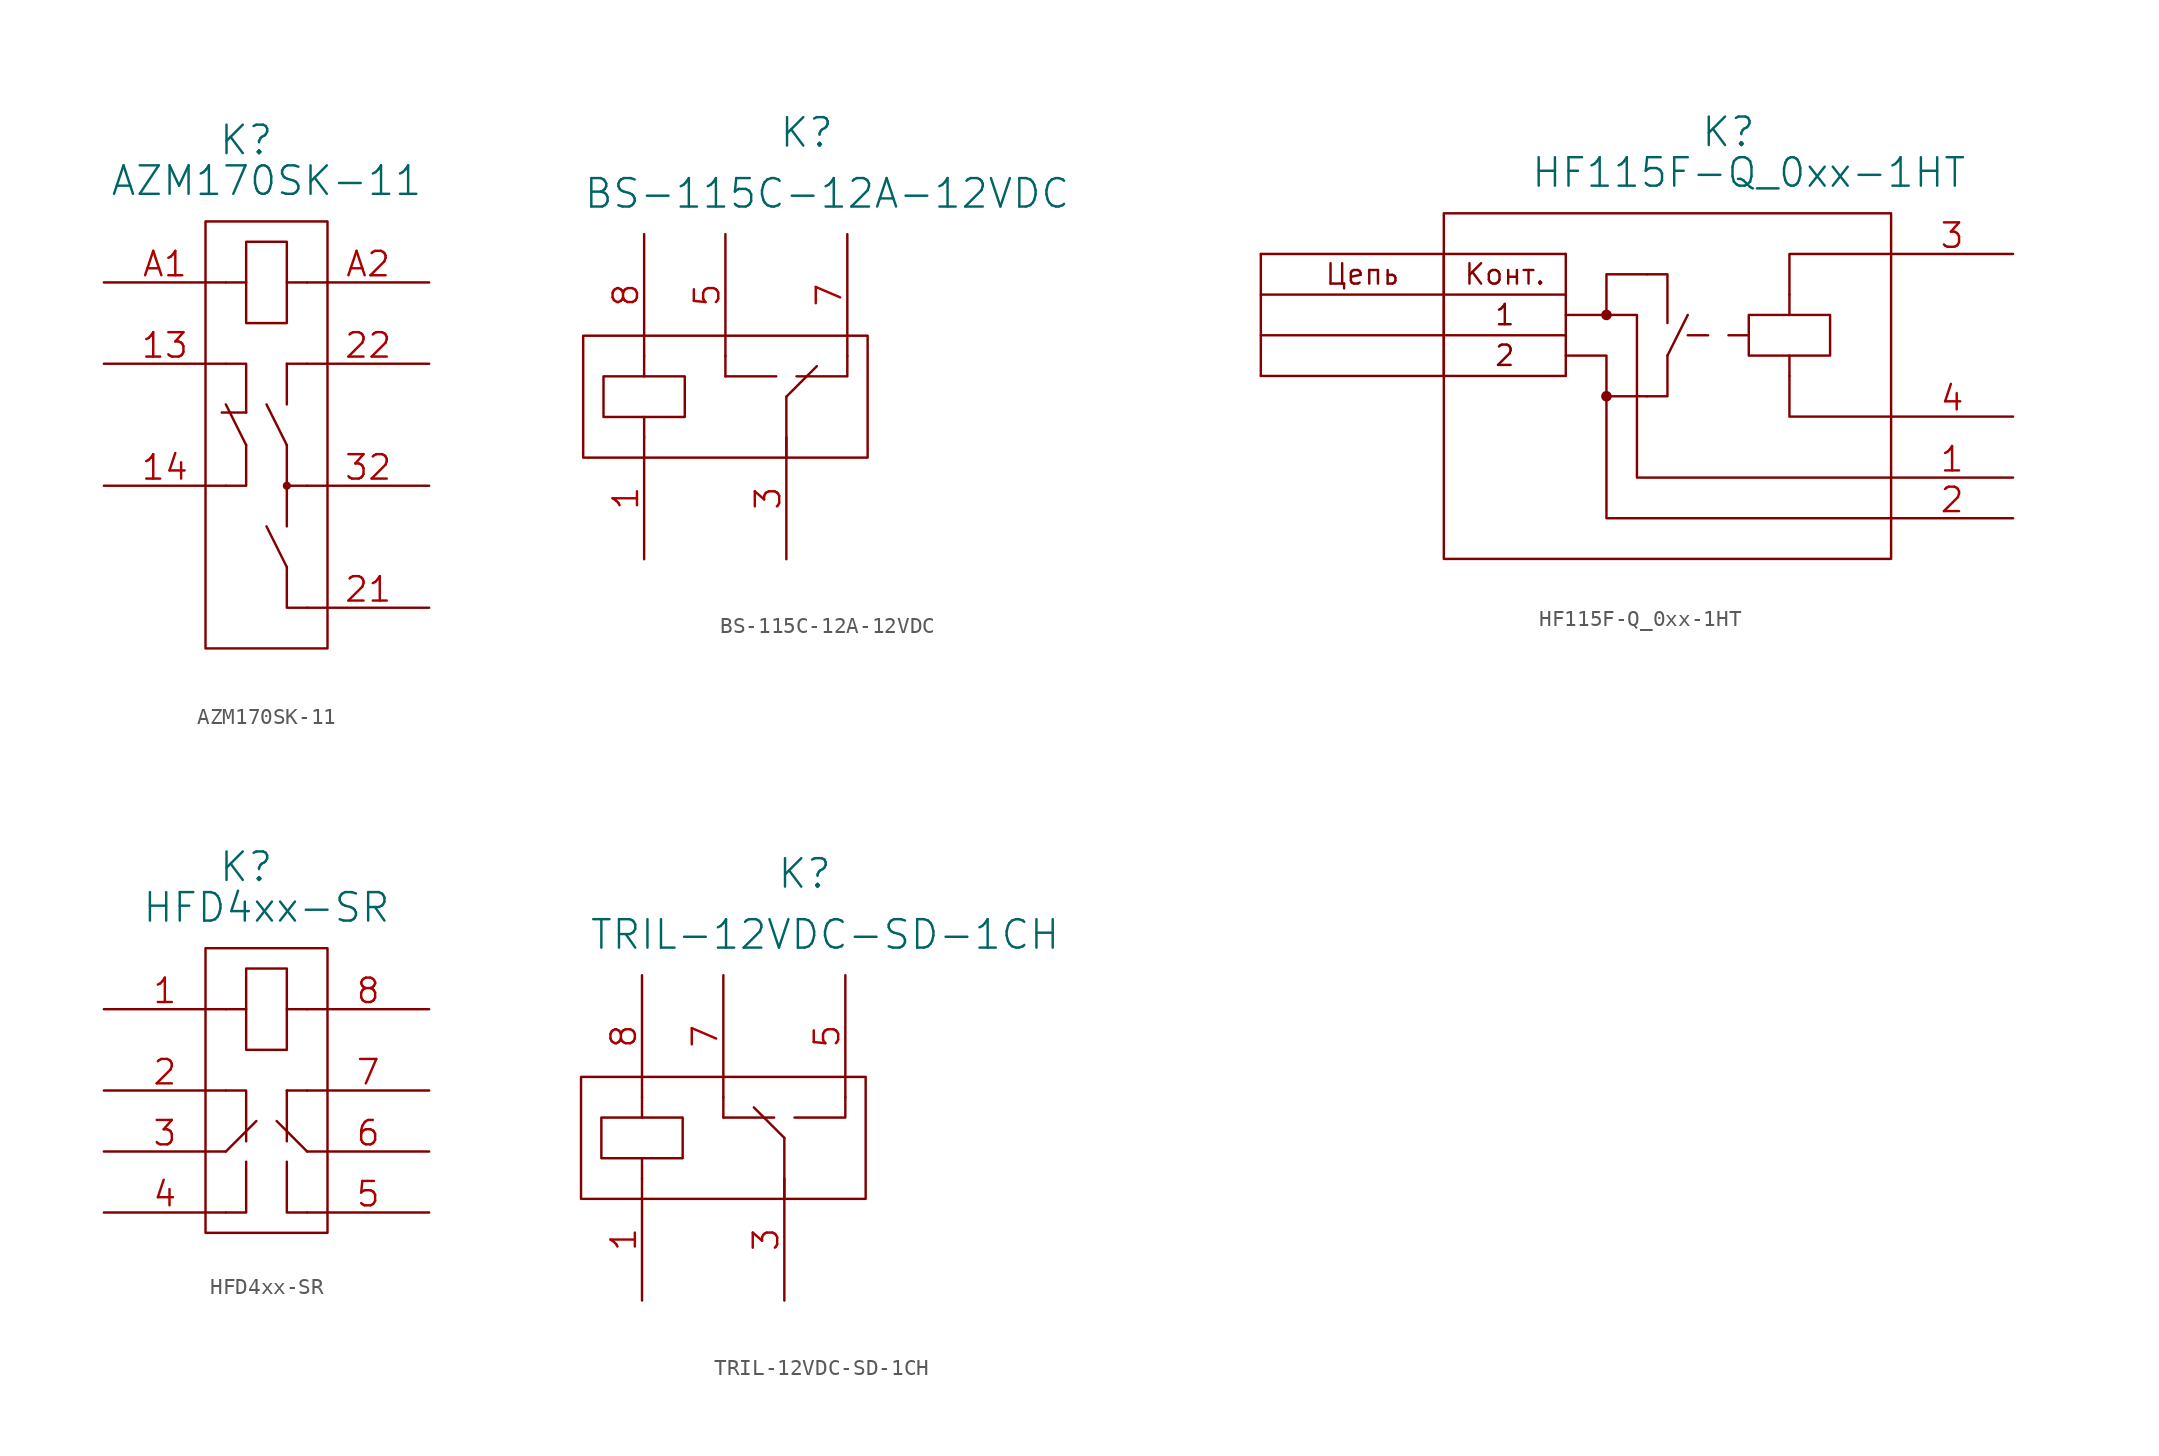
<source format=kicad_sym>
(kicad_symbol_lib
  (version 20211014)
  (generator kicad_symbol_editor)
  (symbol "AZM170SK-11"
    (pin_names
      (offset 1.016) hide)
    (property "Reference" "K"
      (at 8.89 8.89 0)
      (effects (font (size 1.778 1.778))))
    (property "Value" "AZM170SK-11"
      (at 10.16 6.35 0)
      (effects (font (size 1.778 1.778))))
    (property "Footprint" ""
      (at 10.16 -6.35 90)
      (effects (font (size 1.524 1.524))))
    (property "Datasheet" ""
      (at 10.16 -6.35 90)
      (effects (font (size 1.524 1.524))))
    (symbol "AZM170SK-11_0_1"
      (polyline (pts (xy 7.366 -8.128) (xy 8.89 -8.128)) (stroke (width 0) (type default) (color 0 0 0 0)) (fill (type none)))
      (polyline (pts (xy 7.62 -7.62) (xy 8.89 -10.16)) (stroke (width 0) (type default) (color 0 0 0 0)) (fill (type none)))
      (polyline (pts (xy 7.62 0) (xy 8.89 0)) (stroke (width 0) (type default) (color 0 0 0 0)) (fill (type none)))
      (polyline (pts (xy 10.16 -15.24) (xy 11.43 -17.78)) (stroke (width 0) (type default) (color 0 0 0 0)) (fill (type none)))
      (polyline (pts (xy 10.16 -7.62) (xy 11.43 -10.16)) (stroke (width 0) (type default) (color 0 0 0 0)) (fill (type none)))
      (polyline (pts (xy 11.43 -12.7) (xy 11.43 -15.24)) (stroke (width 0) (type default) (color 0 0 0 0)) (fill (type none)))
      (polyline (pts (xy 11.43 -5.08) (xy 11.43 -7.62)) (stroke (width 0) (type default) (color 0 0 0 0)) (fill (type none)))
      (polyline (pts (xy 11.43 0) (xy 12.7 0)) (stroke (width 0) (type default) (color 0 0 0 0)) (fill (type none)))
      (polyline (pts (xy 12.7 -5.08) (xy 11.43 -5.08)) (stroke (width 0) (type default) (color 0 0 0 0)) (fill (type none)))
      (polyline (pts (xy 7.62 -5.08) (xy 8.89 -5.08) (xy 8.89 -8.128)) (stroke (width 0) (type default) (color 0 0 0 0)) (fill (type none)))
      (polyline (pts (xy 8.89 -10.16) (xy 8.89 -12.7) (xy 7.62 -12.7)) (stroke (width 0) (type default) (color 0 0 0 0)) (fill (type none)))
      (polyline (pts (xy 11.43 -17.78) (xy 11.43 -20.32) (xy 12.7 -20.32)) (stroke (width 0) (type default) (color 0 0 0 0)) (fill (type none)))
      (polyline (pts (xy 11.43 -10.16) (xy 11.43 -12.7) (xy 12.7 -12.7)) (stroke (width 0) (type default) (color 0 0 0 0)) (fill (type none)))
      (polyline (pts (xy 11.43 2.54) (xy 8.89 2.54) (xy 8.89 -2.54) (xy 11.43 -2.54) (xy 11.43 2.54)) (stroke (width 0) (type default) (color 0 0 0 0)) (fill (type none)))
      (rectangle (start 6.35 3.81) (end 13.97 -22.86) (stroke (width 0) (type default) (color 0 0 0 0)) (fill (type none)))
      (circle (center 11.43 -12.7) (radius 0.0001) (stroke (width 0) (type default) (color 0 0 0 0)) (fill (type none)))
      (circle (center 11.43 -12.7) (radius 0.0001) (stroke (width 0) (type default) (color 0 0 0 0)) (fill (type none)))
      (circle (center 11.43 -12.7) (radius 0.18) (stroke (width 0) (type default) (color 0 0 0 0)) (fill (type outline))))
    (symbol "AZM170SK-11_1_1"
      (pin passive line (at 0 -5.08 0) (length 7.62) (name "~" (effects (font (size 1.524 1.524)))) (number "13" (effects (font (size 1.524 1.524)))))
      (pin passive line (at 0 -12.7 0) (length 7.62) (name "~" (effects (font (size 1.524 1.524)))) (number "14" (effects (font (size 1.524 1.524)))))
      (pin passive line (at 20.32 -20.32 180) (length 7.62) (name "~" (effects (font (size 1.524 1.524)))) (number "21" (effects (font (size 1.524 1.524)))))
      (pin passive line (at 20.32 -5.08 180) (length 7.62) (name "~" (effects (font (size 1.524 1.524)))) (number "22" (effects (font (size 1.524 1.524)))))
      (pin passive line (at 20.32 -12.7 180) (length 7.62) (name "~" (effects (font (size 1.524 1.524)))) (number "32" (effects (font (size 1.524 1.524)))))
      (pin passive line (at 0 0 0) (length 7.62) (name "~" (effects (font (size 1.524 1.524)))) (number "A1" (effects (font (size 1.524 1.524)))))
      (pin passive line (at 20.32 0 180) (length 7.62) (name "~" (effects (font (size 1.524 1.524)))) (number "A2" (effects (font (size 1.524 1.524)))))))
  (symbol "BS-115C-12A-12VDC"
    (pin_names
      (offset 1.016) hide)
    (property "Reference" "K"
      (at 5.08 16.51 0)
      (effects (font (size 1.778 1.778))))
    (property "Value" "BS-115C-12A-12VDC"
      (at 6.35 12.7 0)
      (effects (font (size 1.778 1.778))))
    (property "Footprint" ""
      (at 1.27 2.54 0)
      (effects (font (size 1.524 1.524))))
    (property "Datasheet" ""
      (at 1.27 2.54 0)
      (effects (font (size 1.524 1.524))))
    (symbol "BS-115C-12A-12VDC_0_1"
      (rectangle (start -8.89 3.81) (end 8.89 -3.81) (stroke (width 0) (type default) (color 0 0 0 0)) (fill (type none)))
      (polyline (pts (xy -5.08 -2.54) (xy -5.08 -1.27)) (stroke (width 0) (type default) (color 0 0 0 0)) (fill (type none)))
      (polyline (pts (xy -5.08 1.27) (xy -5.08 2.54)) (stroke (width 0) (type default) (color 0 0 0 0)) (fill (type none)))
      (polyline (pts (xy 0 1.27) (xy 3.175 1.27)) (stroke (width 0) (type default) (color 0 0 0 0)) (fill (type none)))
      (polyline (pts (xy 0 2.54) (xy 0 1.27)) (stroke (width 0) (type default) (color 0 0 0 0)) (fill (type none)))
      (polyline (pts (xy 3.81 -3.81) (xy 3.81 0)) (stroke (width 0) (type default) (color 0 0 0 0)) (fill (type none)))
      (polyline (pts (xy 3.81 0) (xy 5.715 1.905)) (stroke (width 0) (type default) (color 0 0 0 0)) (fill (type none)))
      (polyline (pts (xy 4.445 1.27) (xy 7.62 1.27) (xy 7.62 2.54)) (stroke (width 0) (type default) (color 0 0 0 0)) (fill (type none)))
      (polyline (pts (xy -7.62 1.27) (xy -7.62 -1.27) (xy -2.54 -1.27) (xy -2.54 1.27) (xy -7.62 1.27)) (stroke (width 0) (type default) (color 0 0 0 0)) (fill (type none))))
    (symbol "BS-115C-12A-12VDC_1_1"
      (pin passive line (at -5.08 -10.16 90) (length 7.62) (name "~" (effects (font (size 1.524 1.524)))) (number "1" (effects (font (size 1.524 1.524)))))
      (pin passive line (at 3.81 -10.16 90) (length 7.62) (name "~" (effects (font (size 1.524 1.524)))) (number "3" (effects (font (size 1.524 1.524)))))
      (pin passive line (at 0 10.16 270) (length 7.62) (name "~" (effects (font (size 1.524 1.524)))) (number "5" (effects (font (size 1.524 1.524)))))
      (pin passive line (at 7.62 10.16 270) (length 7.62) (name "~" (effects (font (size 1.524 1.524)))) (number "7" (effects (font (size 1.524 1.524)))))
      (pin passive line (at -5.08 10.16 270) (length 7.62) (name "~" (effects (font (size 1.524 1.524)))) (number "8" (effects (font (size 1.524 1.524)))))))
  (symbol "HF115F-Q_0xx-1HT"
    (pin_names
      (offset 1.016) hide)
    (property "Reference" "K"
      (at 10.16 5.08 0)
      (effects (font (size 1.778 1.778))))
    (property "Value" "HF115F-Q_0xx-1HT"
      (at 11.43 2.54 0)
      (effects (font (size 1.778 1.778))))
    (property "Footprint" ""
      (at 10.16 -6.35 90)
      (effects (font (size 1.524 1.524))))
    (property "Datasheet" ""
      (at 10.16 -6.35 90)
      (effects (font (size 1.524 1.524))))
    (symbol "HF115F-Q_0xx-1HT_0_0"
      (rectangle (start -7.62 0) (end 20.32 -21.59) (stroke (width 0) (type default) (color 0 0 0 0)) (fill (type none)))
      (polyline (pts (xy -19.05 -10.16) (xy 0 -10.16)) (stroke (width 0) (type default) (color 0 0 0 0)) (fill (type none)))
      (polyline (pts (xy -19.05 -2.54) (xy -19.05 -10.16)) (stroke (width 0) (type default) (color 0 0 0 0)) (fill (type none)))
      (polyline (pts (xy -19.05 -2.54) (xy 0 -2.54)) (stroke (width 0) (type default) (color 0 0 0 0)) (fill (type none)))
      (polyline (pts (xy -7.62 -2.54) (xy -7.62 -10.16)) (stroke (width 0) (type default) (color 0 0 0 0)) (fill (type none)))
      (polyline (pts (xy 0 -7.62) (xy -19.05 -7.62)) (stroke (width 0) (type default) (color 0 0 0 0)) (fill (type none)))
      (polyline (pts (xy 0 -5.08) (xy -19.05 -5.08)) (stroke (width 0) (type default) (color 0 0 0 0)) (fill (type none)))
      (polyline (pts (xy 6.35 -8.89) (xy 7.62 -6.35)) (stroke (width 0) (type default) (color 0 0 0 0)) (fill (type none)))
      (polyline (pts (xy 7.62 -7.62) (xy 8.89 -7.62)) (stroke (width 0) (type default) (color 0 0 0 0)) (fill (type none)))
      (polyline (pts (xy 10.16 -7.62) (xy 11.43 -7.62)) (stroke (width 0) (type default) (color 0 0 0 0)) (fill (type none)))
      (polyline (pts (xy 13.97 -10.16) (xy 13.97 -12.7) (xy 20.32 -12.7)) (stroke (width 0) (type default) (color 0 0 0 0)) (fill (type none)))
      (polyline (pts (xy 20.32 -2.54) (xy 13.97 -2.54) (xy 13.97 -5.08)) (stroke (width 0) (type default) (color 0 0 0 0)) (fill (type none)))
      (polyline (pts (xy 0 -8.89) (xy 2.54 -8.89) (xy 2.54 -11.43) (xy 5.08 -11.43)) (stroke (width 0) (type default) (color 0 0 0 0)) (fill (type none)))
      (polyline (pts (xy 0 -6.35) (xy 2.54 -6.35) (xy 2.54 -3.81) (xy 5.08 -3.81)) (stroke (width 0) (type default) (color 0 0 0 0)) (fill (type none)))
      (text "1" (at -3.81 -6.35 0) (effects (font (size 1.27 1.27))))
      (text "2" (at -3.81 -8.89 0) (effects (font (size 1.27 1.27))))
      (text "Конт." (at -3.81 -3.81 0) (effects (font (size 1.27 1.27))))
      (text "Цепь" (at -12.7 -3.81 0) (effects (font (size 1.27 1.27)))))
    (symbol "HF115F-Q_0xx-1HT_0_1"
      (polyline (pts (xy 0 -2.54) (xy 0 -10.16)) (stroke (width 0) (type default) (color 0 0 0 0)) (fill (type none)))
      (polyline (pts (xy 13.97 -10.16) (xy 13.97 -8.89)) (stroke (width 0) (type default) (color 0 0 0 0)) (fill (type none)))
      (polyline (pts (xy 13.97 -6.35) (xy 13.97 -5.08)) (stroke (width 0) (type default) (color 0 0 0 0)) (fill (type none)))
      (polyline (pts (xy 2.54 -11.43) (xy 2.54 -19.05) (xy 20.32 -19.05)) (stroke (width 0) (type default) (color 0 0 0 0)) (fill (type none)))
      (polyline (pts (xy 5.08 -3.81) (xy 6.35 -3.81) (xy 6.35 -6.858)) (stroke (width 0) (type default) (color 0 0 0 0)) (fill (type none)))
      (polyline (pts (xy 6.35 -8.89) (xy 6.35 -11.43) (xy 5.08 -11.43)) (stroke (width 0) (type default) (color 0 0 0 0)) (fill (type none)))
      (polyline (pts (xy 2.54 -6.35) (xy 4.445 -6.35) (xy 4.445 -16.51) (xy 20.32 -16.51)) (stroke (width 0) (type default) (color 0 0 0 0)) (fill (type none)))
      (polyline (pts (xy 11.43 -6.35) (xy 11.43 -8.89) (xy 16.51 -8.89) (xy 16.51 -6.35) (xy 11.43 -6.35)) (stroke (width 0) (type default) (color 0 0 0 0)) (fill (type none)))
      (circle (center 2.54 -11.43) (radius 0.254) (stroke (width 0) (type default) (color 0 0 0 0)) (fill (type outline)))
      (circle (center 2.54 -6.35) (radius 0.254) (stroke (width 0) (type default) (color 0 0 0 0)) (fill (type outline))))
    (symbol "HF115F-Q_0xx-1HT_1_1"
      (pin passive line (at 27.94 -16.51 180) (length 7.62) (name "~" (effects (font (size 1.524 1.524)))) (number "1" (effects (font (size 1.524 1.524)))))
      (pin passive line (at 27.94 -19.05 180) (length 7.62) (name "~" (effects (font (size 1.524 1.524)))) (number "2" (effects (font (size 1.524 1.524)))))
      (pin passive line (at 27.94 -2.54 180) (length 7.62) (name "~" (effects (font (size 1.524 1.524)))) (number "3" (effects (font (size 1.524 1.524)))))
      (pin passive line (at 27.94 -12.7 180) (length 7.62) (name "~" (effects (font (size 1.524 1.524)))) (number "4" (effects (font (size 1.524 1.524)))))))
  (symbol "HFD4xx-SR"
    (pin_names
      (offset 1.016) hide)
    (property "Reference" "K"
      (at 8.89 8.89 0)
      (effects (font (size 1.778 1.778))))
    (property "Value" "HFD4xx-SR"
      (at 10.16 6.35 0)
      (effects (font (size 1.778 1.778))))
    (property "Footprint" ""
      (at 10.16 -6.35 90)
      (effects (font (size 1.524 1.524))))
    (property "Datasheet" ""
      (at 10.16 -6.35 90)
      (effects (font (size 1.524 1.524))))
    (symbol "HFD4xx-SR_0_1"
      (polyline (pts (xy 7.62 -8.89) (xy 9.525 -6.985)) (stroke (width 0) (type default) (color 0 0 0 0)) (fill (type none)))
      (polyline (pts (xy 7.62 0) (xy 8.89 0)) (stroke (width 0) (type default) (color 0 0 0 0)) (fill (type none)))
      (polyline (pts (xy 11.43 -5.08) (xy 11.43 -8.255)) (stroke (width 0) (type default) (color 0 0 0 0)) (fill (type none)))
      (polyline (pts (xy 11.43 0) (xy 12.7 0)) (stroke (width 0) (type default) (color 0 0 0 0)) (fill (type none)))
      (polyline (pts (xy 12.7 -8.89) (xy 10.795 -6.985)) (stroke (width 0) (type default) (color 0 0 0 0)) (fill (type none)))
      (polyline (pts (xy 12.7 -5.08) (xy 11.43 -5.08)) (stroke (width 0) (type default) (color 0 0 0 0)) (fill (type none)))
      (polyline (pts (xy 8.89 -9.525) (xy 8.89 -12.7) (xy 7.62 -12.7)) (stroke (width 0) (type default) (color 0 0 0 0)) (fill (type none)))
      (polyline (pts (xy 11.43 -9.525) (xy 11.43 -12.7) (xy 12.7 -12.7)) (stroke (width 0) (type default) (color 0 0 0 0)) (fill (type none)))
      (polyline (pts (xy 7.62 -5.08) (xy 8.255 -5.08) (xy 8.89 -5.08) (xy 8.89 -8.255)) (stroke (width 0) (type default) (color 0 0 0 0)) (fill (type none)))
      (polyline (pts (xy 11.43 2.54) (xy 8.89 2.54) (xy 8.89 -2.54) (xy 11.43 -2.54) (xy 11.43 2.54)) (stroke (width 0) (type default) (color 0 0 0 0)) (fill (type none)))
      (rectangle (start 13.97 3.81) (end 6.35 -13.97) (stroke (width 0) (type default) (color 0 0 0 0)) (fill (type none))))
    (symbol "HFD4xx-SR_1_1"
      (pin passive line (at 0 0 0) (length 7.62) (name "~" (effects (font (size 1.524 1.524)))) (number "1" (effects (font (size 1.524 1.524)))))
      (pin passive line (at 0 -5.08 0) (length 7.62) (name "~" (effects (font (size 1.524 1.524)))) (number "2" (effects (font (size 1.524 1.524)))))
      (pin passive line (at 0 -8.89 0) (length 7.62) (name "~" (effects (font (size 1.524 1.524)))) (number "3" (effects (font (size 1.524 1.524)))))
      (pin passive line (at 0 -12.7 0) (length 7.62) (name "~" (effects (font (size 1.524 1.524)))) (number "4" (effects (font (size 1.524 1.524)))))
      (pin passive line (at 20.32 -12.7 180) (length 7.62) (name "~" (effects (font (size 1.524 1.524)))) (number "5" (effects (font (size 1.524 1.524)))))
      (pin passive line (at 20.32 -8.89 180) (length 7.62) (name "~" (effects (font (size 1.524 1.524)))) (number "6" (effects (font (size 1.524 1.524)))))
      (pin passive line (at 20.32 -5.08 180) (length 7.62) (name "~" (effects (font (size 1.524 1.524)))) (number "7" (effects (font (size 1.524 1.524)))))
      (pin passive line (at 20.32 0 180) (length 7.62) (name "~" (effects (font (size 1.524 1.524)))) (number "8" (effects (font (size 1.524 1.524)))))))
  (symbol "TRIL-12VDC-SD-1CH"
    (pin_names
      (offset 1.016) hide)
    (property "Reference" "K"
      (at 5.08 16.51 0)
      (effects (font (size 1.778 1.778))))
    (property "Value" "TRIL-12VDC-SD-1CH"
      (at 6.35 12.7 0)
      (effects (font (size 1.778 1.778))))
    (property "Footprint" ""
      (at 1.27 2.54 0)
      (effects (font (size 1.524 1.524))))
    (property "Datasheet" ""
      (at 1.27 2.54 0)
      (effects (font (size 1.524 1.524))))
    (symbol "TRIL-12VDC-SD-1CH_0_1"
      (rectangle (start -8.89 3.81) (end 8.89 -3.81) (stroke (width 0) (type default) (color 0 0 0 0)) (fill (type none)))
      (polyline (pts (xy -5.08 -2.54) (xy -5.08 -1.27)) (stroke (width 0) (type default) (color 0 0 0 0)) (fill (type none)))
      (polyline (pts (xy -5.08 1.27) (xy -5.08 2.54)) (stroke (width 0) (type default) (color 0 0 0 0)) (fill (type none)))
      (polyline (pts (xy 0 1.27) (xy 3.175 1.27)) (stroke (width 0) (type default) (color 0 0 0 0)) (fill (type none)))
      (polyline (pts (xy 0 2.54) (xy 0 1.27)) (stroke (width 0) (type default) (color 0 0 0 0)) (fill (type none)))
      (polyline (pts (xy 3.81 -3.81) (xy 3.81 0)) (stroke (width 0) (type default) (color 0 0 0 0)) (fill (type none)))
      (polyline (pts (xy 3.81 0) (xy 1.905 1.905)) (stroke (width 0) (type default) (color 0 0 0 0)) (fill (type none)))
      (polyline (pts (xy 4.445 1.27) (xy 7.62 1.27) (xy 7.62 2.54)) (stroke (width 0) (type default) (color 0 0 0 0)) (fill (type none)))
      (polyline (pts (xy -7.62 1.27) (xy -7.62 -1.27) (xy -2.54 -1.27) (xy -2.54 1.27) (xy -7.62 1.27)) (stroke (width 0) (type default) (color 0 0 0 0)) (fill (type none))))
    (symbol "TRIL-12VDC-SD-1CH_1_1"
      (pin input line (at -5.08 -10.16 90) (length 7.62) (name "~" (effects (font (size 1.524 1.524)))) (number "1" (effects (font (size 1.524 1.524)))))
      (pin passive line (at 3.81 -10.16 90) (length 7.62) (name "~" (effects (font (size 1.524 1.524)))) (number "3" (effects (font (size 1.524 1.524)))))
      (pin passive line (at 7.62 10.16 270) (length 7.62) (name "~" (effects (font (size 1.524 1.524)))) (number "5" (effects (font (size 1.524 1.524)))))
      (pin passive line (at 0 10.16 270) (length 7.62) (name "~" (effects (font (size 1.524 1.524)))) (number "7" (effects (font (size 1.524 1.524)))))
      (pin input line (at -5.08 10.16 270) (length 7.62) (name "~" (effects (font (size 1.524 1.524)))) (number "8" (effects (font (size 1.524 1.524))))))))
</source>
